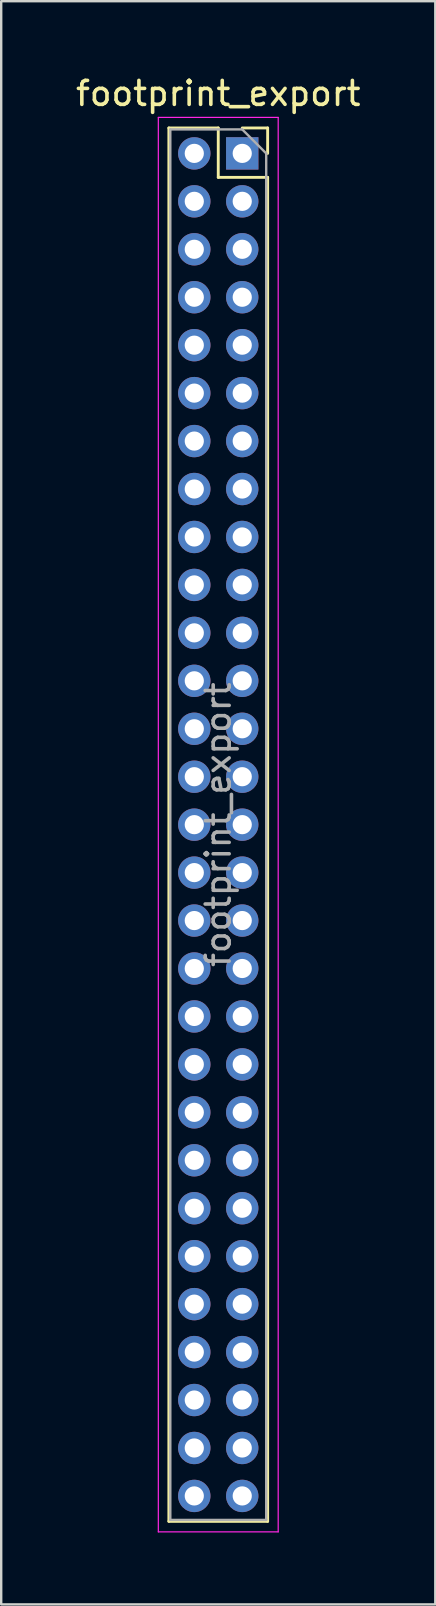
<source format=kicad_pcb>
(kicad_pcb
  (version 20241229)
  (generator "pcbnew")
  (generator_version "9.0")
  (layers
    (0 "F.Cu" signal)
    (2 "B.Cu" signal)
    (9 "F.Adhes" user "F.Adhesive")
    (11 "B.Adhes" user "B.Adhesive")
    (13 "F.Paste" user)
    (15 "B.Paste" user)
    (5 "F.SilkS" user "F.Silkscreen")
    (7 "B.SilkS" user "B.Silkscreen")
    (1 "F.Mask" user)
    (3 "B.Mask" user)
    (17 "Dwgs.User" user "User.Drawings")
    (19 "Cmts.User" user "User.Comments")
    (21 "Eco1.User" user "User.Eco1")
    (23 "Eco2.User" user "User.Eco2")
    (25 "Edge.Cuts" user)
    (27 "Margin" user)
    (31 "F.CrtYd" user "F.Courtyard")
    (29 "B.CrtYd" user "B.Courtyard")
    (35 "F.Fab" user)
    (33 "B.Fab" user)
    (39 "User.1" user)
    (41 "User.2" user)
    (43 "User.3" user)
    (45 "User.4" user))
  (footprint "footprint_export"
    (layer "F.Cu")
    (at 7.054 3.348)
    (property "Reference" "footprint_export" (at -1 -2.5 0) (layer "F.SilkS") (effects (font (size 1 1) (thickness 0.15))))
    (attr through_hole)
    (fp_line (start -3.06 -1.06) (end -3.06 57.06) (stroke (width 0.12) (type solid)) (layer "F.SilkS"))
    (fp_line (start -3.06 -1.06) (end -1 -1.06) (stroke (width 0.12) (type solid)) (layer "F.SilkS"))
    (fp_line (start -3.06 57.06) (end 1.06 57.06) (stroke (width 0.12) (type solid)) (layer "F.SilkS"))
    (fp_line (start -1 -1.06) (end -1 1) (stroke (width 0.12) (type solid)) (layer "F.SilkS"))
    (fp_line (start -1 1) (end 1.06 1) (stroke (width 0.12) (type solid)) (layer "F.SilkS"))
    (fp_line (start 0 -1.06) (end 1.06 -1.06) (stroke (width 0.12) (type solid)) (layer "F.SilkS"))
    (fp_line (start 1.06 -1.06) (end 1.06 0) (stroke (width 0.12) (type solid)) (layer "F.SilkS"))
    (fp_line (start 1.06 1) (end 1.06 57.06) (stroke (width 0.12) (type solid)) (layer "F.SilkS"))
    (fp_line (start -3.5 -1.5) (end 1.5 -1.5) (stroke (width 0.05) (type solid)) (layer "F.CrtYd"))
    (fp_line (start -3.5 57.5) (end -3.5 -1.5) (stroke (width 0.05) (type solid)) (layer "F.CrtYd"))
    (fp_line (start 1.5 -1.5) (end 1.5 57.5) (stroke (width 0.05) (type solid)) (layer "F.CrtYd"))
    (fp_line (start 1.5 57.5) (end -3.5 57.5) (stroke (width 0.05) (type solid)) (layer "F.CrtYd"))
    (fp_line (start -3 -1) (end 0 -1) (stroke (width 0.1) (type solid)) (layer "F.Fab"))
    (fp_line (start -3 57) (end -3 -1) (stroke (width 0.1) (type solid)) (layer "F.Fab"))
    (fp_line (start 0 -1) (end 1 0) (stroke (width 0.1) (type solid)) (layer "F.Fab"))
    (fp_line (start 1 0) (end 1 57) (stroke (width 0.1) (type solid)) (layer "F.Fab"))
    (fp_line (start 1 57) (end -3 57) (stroke (width 0.1) (type solid)) (layer "F.Fab"))
    (fp_text user "${REFERENCE}" (at -1 28 90) (layer "F.Fab") (effects (font (size 1 1) (thickness 0.15))))
    (pad "1" thru_hole rect (at 0 0) (size 1.35 1.35) (drill 0.8) (layers "*.Cu" "*.Mask"))
    (pad "2" thru_hole oval (at -2 0) (size 1.35 1.35) (drill 0.8) (layers "*.Cu" "*.Mask"))
    (pad "3" thru_hole oval (at 0 2) (size 1.35 1.35) (drill 0.8) (layers "*.Cu" "*.Mask"))
    (pad "4" thru_hole oval (at -2 2) (size 1.35 1.35) (drill 0.8) (layers "*.Cu" "*.Mask"))
    (pad "5" thru_hole oval (at 0 4) (size 1.35 1.35) (drill 0.8) (layers "*.Cu" "*.Mask"))
    (pad "6" thru_hole oval (at -2 4) (size 1.35 1.35) (drill 0.8) (layers "*.Cu" "*.Mask"))
    (pad "7" thru_hole oval (at 0 6) (size 1.35 1.35) (drill 0.8) (layers "*.Cu" "*.Mask"))
    (pad "8" thru_hole oval (at -2 6) (size 1.35 1.35) (drill 0.8) (layers "*.Cu" "*.Mask"))
    (pad "9" thru_hole oval (at 0 8) (size 1.35 1.35) (drill 0.8) (layers "*.Cu" "*.Mask"))
    (pad "10" thru_hole oval (at -2 8) (size 1.35 1.35) (drill 0.8) (layers "*.Cu" "*.Mask"))
    (pad "11" thru_hole oval (at 0 10) (size 1.35 1.35) (drill 0.8) (layers "*.Cu" "*.Mask"))
    (pad "12" thru_hole oval (at -2 10) (size 1.35 1.35) (drill 0.8) (layers "*.Cu" "*.Mask"))
    (pad "13" thru_hole oval (at 0 12) (size 1.35 1.35) (drill 0.8) (layers "*.Cu" "*.Mask"))
    (pad "14" thru_hole oval (at -2 12) (size 1.35 1.35) (drill 0.8) (layers "*.Cu" "*.Mask"))
    (pad "15" thru_hole oval (at 0 14) (size 1.35 1.35) (drill 0.8) (layers "*.Cu" "*.Mask"))
    (pad "16" thru_hole oval (at -2 14) (size 1.35 1.35) (drill 0.8) (layers "*.Cu" "*.Mask"))
    (pad "17" thru_hole oval (at 0 16) (size 1.35 1.35) (drill 0.8) (layers "*.Cu" "*.Mask"))
    (pad "18" thru_hole oval (at -2 16) (size 1.35 1.35) (drill 0.8) (layers "*.Cu" "*.Mask"))
    (pad "19" thru_hole oval (at 0 18) (size 1.35 1.35) (drill 0.8) (layers "*.Cu" "*.Mask"))
    (pad "20" thru_hole oval (at -2 18) (size 1.35 1.35) (drill 0.8) (layers "*.Cu" "*.Mask"))
    (pad "21" thru_hole oval (at 0 20) (size 1.35 1.35) (drill 0.8) (layers "*.Cu" "*.Mask"))
    (pad "22" thru_hole oval (at -2 20) (size 1.35 1.35) (drill 0.8) (layers "*.Cu" "*.Mask"))
    (pad "23" thru_hole oval (at 0 22) (size 1.35 1.35) (drill 0.8) (layers "*.Cu" "*.Mask"))
    (pad "24" thru_hole oval (at -2 22) (size 1.35 1.35) (drill 0.8) (layers "*.Cu" "*.Mask"))
    (pad "25" thru_hole oval (at 0 24) (size 1.35 1.35) (drill 0.8) (layers "*.Cu" "*.Mask"))
    (pad "26" thru_hole oval (at -2 24) (size 1.35 1.35) (drill 0.8) (layers "*.Cu" "*.Mask"))
    (pad "27" thru_hole oval (at 0 26) (size 1.35 1.35) (drill 0.8) (layers "*.Cu" "*.Mask"))
    (pad "28" thru_hole oval (at -2 26) (size 1.35 1.35) (drill 0.8) (layers "*.Cu" "*.Mask"))
    (pad "29" thru_hole oval (at 0 28) (size 1.35 1.35) (drill 0.8) (layers "*.Cu" "*.Mask"))
    (pad "30" thru_hole oval (at -2 28) (size 1.35 1.35) (drill 0.8) (layers "*.Cu" "*.Mask"))
    (pad "31" thru_hole oval (at 0 30) (size 1.35 1.35) (drill 0.8) (layers "*.Cu" "*.Mask"))
    (pad "32" thru_hole oval (at -2 30) (size 1.35 1.35) (drill 0.8) (layers "*.Cu" "*.Mask"))
    (pad "33" thru_hole oval (at 0 32) (size 1.35 1.35) (drill 0.8) (layers "*.Cu" "*.Mask"))
    (pad "34" thru_hole oval (at -2 32) (size 1.35 1.35) (drill 0.8) (layers "*.Cu" "*.Mask"))
    (pad "35" thru_hole oval (at 0 34) (size 1.35 1.35) (drill 0.8) (layers "*.Cu" "*.Mask"))
    (pad "36" thru_hole oval (at -2 34) (size 1.35 1.35) (drill 0.8) (layers "*.Cu" "*.Mask"))
    (pad "37" thru_hole oval (at 0 36) (size 1.35 1.35) (drill 0.8) (layers "*.Cu" "*.Mask"))
    (pad "38" thru_hole oval (at -2 36) (size 1.35 1.35) (drill 0.8) (layers "*.Cu" "*.Mask"))
    (pad "39" thru_hole oval (at 0 38) (size 1.35 1.35) (drill 0.8) (layers "*.Cu" "*.Mask"))
    (pad "40" thru_hole oval (at -2 38) (size 1.35 1.35) (drill 0.8) (layers "*.Cu" "*.Mask"))
    (pad "41" thru_hole oval (at 0 40) (size 1.35 1.35) (drill 0.8) (layers "*.Cu" "*.Mask"))
    (pad "42" thru_hole oval (at -2 40) (size 1.35 1.35) (drill 0.8) (layers "*.Cu" "*.Mask"))
    (pad "43" thru_hole oval (at 0 42) (size 1.35 1.35) (drill 0.8) (layers "*.Cu" "*.Mask"))
    (pad "44" thru_hole oval (at -2 42) (size 1.35 1.35) (drill 0.8) (layers "*.Cu" "*.Mask"))
    (pad "45" thru_hole oval (at 0 44) (size 1.35 1.35) (drill 0.8) (layers "*.Cu" "*.Mask"))
    (pad "46" thru_hole oval (at -2 44) (size 1.35 1.35) (drill 0.8) (layers "*.Cu" "*.Mask"))
    (pad "47" thru_hole oval (at 0 46) (size 1.35 1.35) (drill 0.8) (layers "*.Cu" "*.Mask"))
    (pad "48" thru_hole oval (at -2 46) (size 1.35 1.35) (drill 0.8) (layers "*.Cu" "*.Mask"))
    (pad "49" thru_hole oval (at 0 48) (size 1.35 1.35) (drill 0.8) (layers "*.Cu" "*.Mask"))
    (pad "50" thru_hole oval (at -2 48) (size 1.35 1.35) (drill 0.8) (layers "*.Cu" "*.Mask"))
    (pad "51" thru_hole oval (at 0 50) (size 1.35 1.35) (drill 0.8) (layers "*.Cu" "*.Mask"))
    (pad "52" thru_hole oval (at -2 50) (size 1.35 1.35) (drill 0.8) (layers "*.Cu" "*.Mask"))
    (pad "53" thru_hole oval (at 0 52) (size 1.35 1.35) (drill 0.8) (layers "*.Cu" "*.Mask"))
    (pad "54" thru_hole oval (at -2 52) (size 1.35 1.35) (drill 0.8) (layers "*.Cu" "*.Mask"))
    (pad "55" thru_hole oval (at 0 54) (size 1.35 1.35) (drill 0.8) (layers "*.Cu" "*.Mask"))
    (pad "56" thru_hole oval (at -2 54) (size 1.35 1.35) (drill 0.8) (layers "*.Cu" "*.Mask"))
    (pad "57" thru_hole oval (at 0 56) (size 1.35 1.35) (drill 0.8) (layers "*.Cu" "*.Mask"))
    (pad "58" thru_hole oval (at -2 56) (size 1.35 1.35) (drill 0.8) (layers "*.Cu" "*.Mask")))
  (gr_rect
    (start -3 -3)
    (end 15.107 63.873)
    (stroke (width 0.1) (type default))
    (fill no)
    (layer "Edge.Cuts")))
</source>
